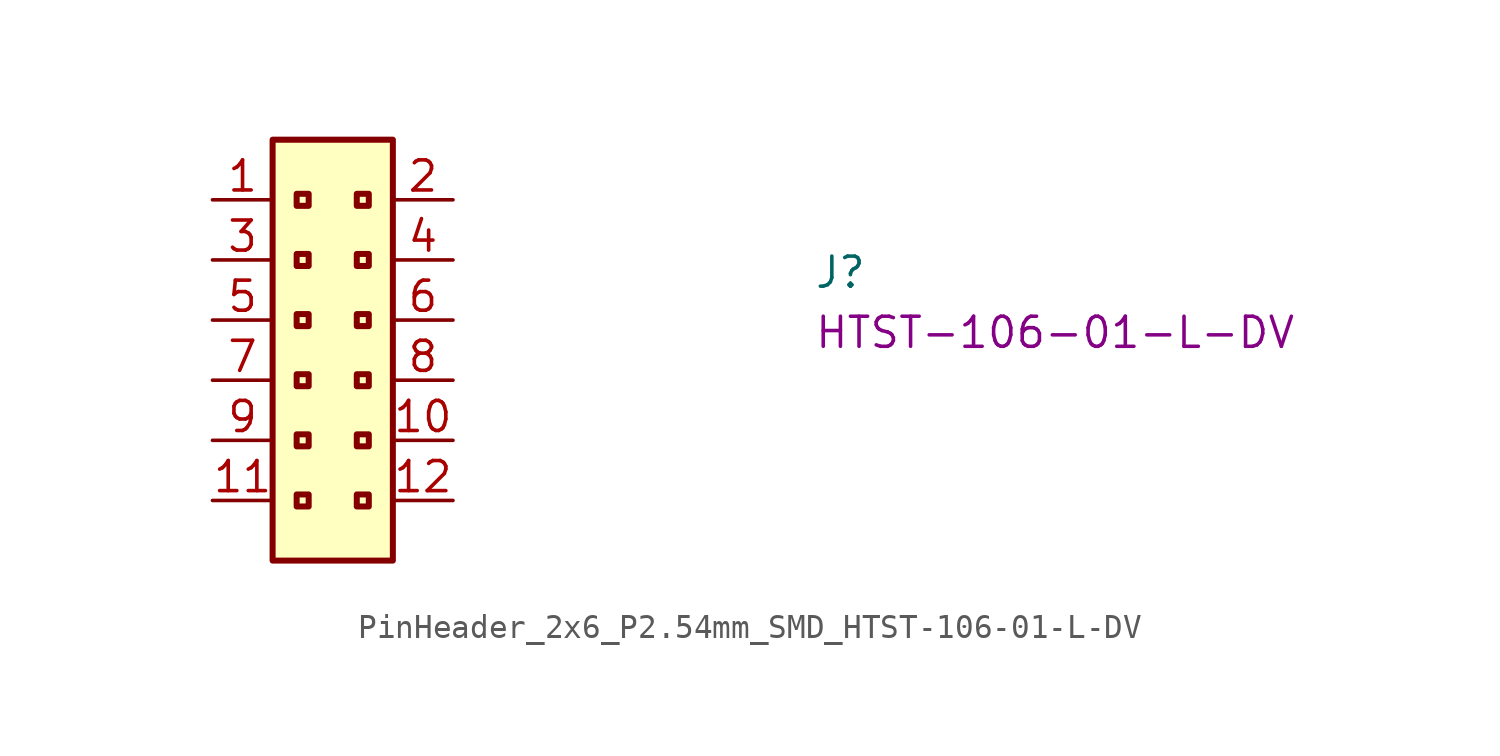
<source format=kicad_sym>
(kicad_symbol_lib
  (version 20220914)
  (generator kicad_symbol_editor)
  (symbol "PinHeader_2x6_P2.54mm_SMD_HTST-106-01-L-DV"
    (property "Reference" "J"
      (at 25.4 -3.81 0)
      (effects (font (size 1.27 1.27) (thickness 0.15)) (justify left bottom)))
    (property "MPN" "HTST-106-01-L-DV"
      (at 25.4 -6.35 0)
      (effects (font (size 1.27 1.27) (thickness 0.15)) (justify left bottom)))
    (symbol "PinHeader_2x6_P2.54mm_SMD_HTST-106-01-L-DV_1_1"
      (rectangle (start 2.54 2.54) (end 7.62 -15.24) (stroke (width 0.254) (type default)) (fill (type background)))
      (rectangle (start 3.556 -12.446) (end 4.064 -12.954) (stroke (width 0.254) (type default)) (fill (type background)))
      (rectangle (start 3.556 -9.906) (end 4.064 -10.414) (stroke (width 0.254) (type default)) (fill (type background)))
      (rectangle (start 3.556 -7.366) (end 4.064 -7.874) (stroke (width 0.254) (type default)) (fill (type background)))
      (rectangle (start 3.556 -4.826) (end 4.064 -5.334) (stroke (width 0.254) (type default)) (fill (type background)))
      (rectangle (start 3.556 -2.286) (end 4.064 -2.794) (stroke (width 0.254) (type default)) (fill (type background)))
      (rectangle (start 3.556 0.254) (end 4.064 -0.254) (stroke (width 0.254) (type default)) (fill (type background)))
      (rectangle (start 6.096 -12.446) (end 6.604 -12.954) (stroke (width 0.254) (type default)) (fill (type background)))
      (rectangle (start 6.096 -9.906) (end 6.604 -10.414) (stroke (width 0.254) (type default)) (fill (type background)))
      (rectangle (start 6.096 -7.366) (end 6.604 -7.874) (stroke (width 0.254) (type default)) (fill (type background)))
      (rectangle (start 6.096 -4.826) (end 6.604 -5.334) (stroke (width 0.254) (type default)) (fill (type background)))
      (rectangle (start 6.096 -2.286) (end 6.604 -2.794) (stroke (width 0.254) (type default)) (fill (type background)))
      (rectangle (start 6.096 0.254) (end 6.604 -0.254) (stroke (width 0.254) (type default)) (fill (type background)))
      (pin passive line (at 0 0 0) (length 2.54) (name "~" (effects (font (size 1.27 1.27)))) (number "1" (effects (font (size 1.27 1.27)))))
      (pin passive line (at 10.16 -10.16 180) (length 2.54) (name "~" (effects (font (size 1.27 1.27)))) (number "10" (effects (font (size 1.27 1.27)))))
      (pin passive line (at 0 -12.7 0) (length 2.54) (name "~" (effects (font (size 1.27 1.27)))) (number "11" (effects (font (size 1.27 1.27)))))
      (pin passive line (at 10.16 -12.7 180) (length 2.54) (name "~" (effects (font (size 1.27 1.27)))) (number "12" (effects (font (size 1.27 1.27)))))
      (pin passive line (at 10.16 0 180) (length 2.54) (name "~" (effects (font (size 1.27 1.27)))) (number "2" (effects (font (size 1.27 1.27)))))
      (pin passive line (at 0 -2.54 0) (length 2.54) (name "~" (effects (font (size 1.27 1.27)))) (number "3" (effects (font (size 1.27 1.27)))))
      (pin passive line (at 10.16 -2.54 180) (length 2.54) (name "~" (effects (font (size 1.27 1.27)))) (number "4" (effects (font (size 1.27 1.27)))))
      (pin passive line (at 0 -5.08 0) (length 2.54) (name "~" (effects (font (size 1.27 1.27)))) (number "5" (effects (font (size 1.27 1.27)))))
      (pin passive line (at 10.16 -5.08 180) (length 2.54) (name "~" (effects (font (size 1.27 1.27)))) (number "6" (effects (font (size 1.27 1.27)))))
      (pin passive line (at 0 -7.62 0) (length 2.54) (name "~" (effects (font (size 1.27 1.27)))) (number "7" (effects (font (size 1.27 1.27)))))
      (pin passive line (at 10.16 -7.62 180) (length 2.54) (name "~" (effects (font (size 1.27 1.27)))) (number "8" (effects (font (size 1.27 1.27)))))
      (pin passive line (at 0 -10.16 0) (length 2.54) (name "~" (effects (font (size 1.27 1.27)))) (number "9" (effects (font (size 1.27 1.27))))))))
</source>
